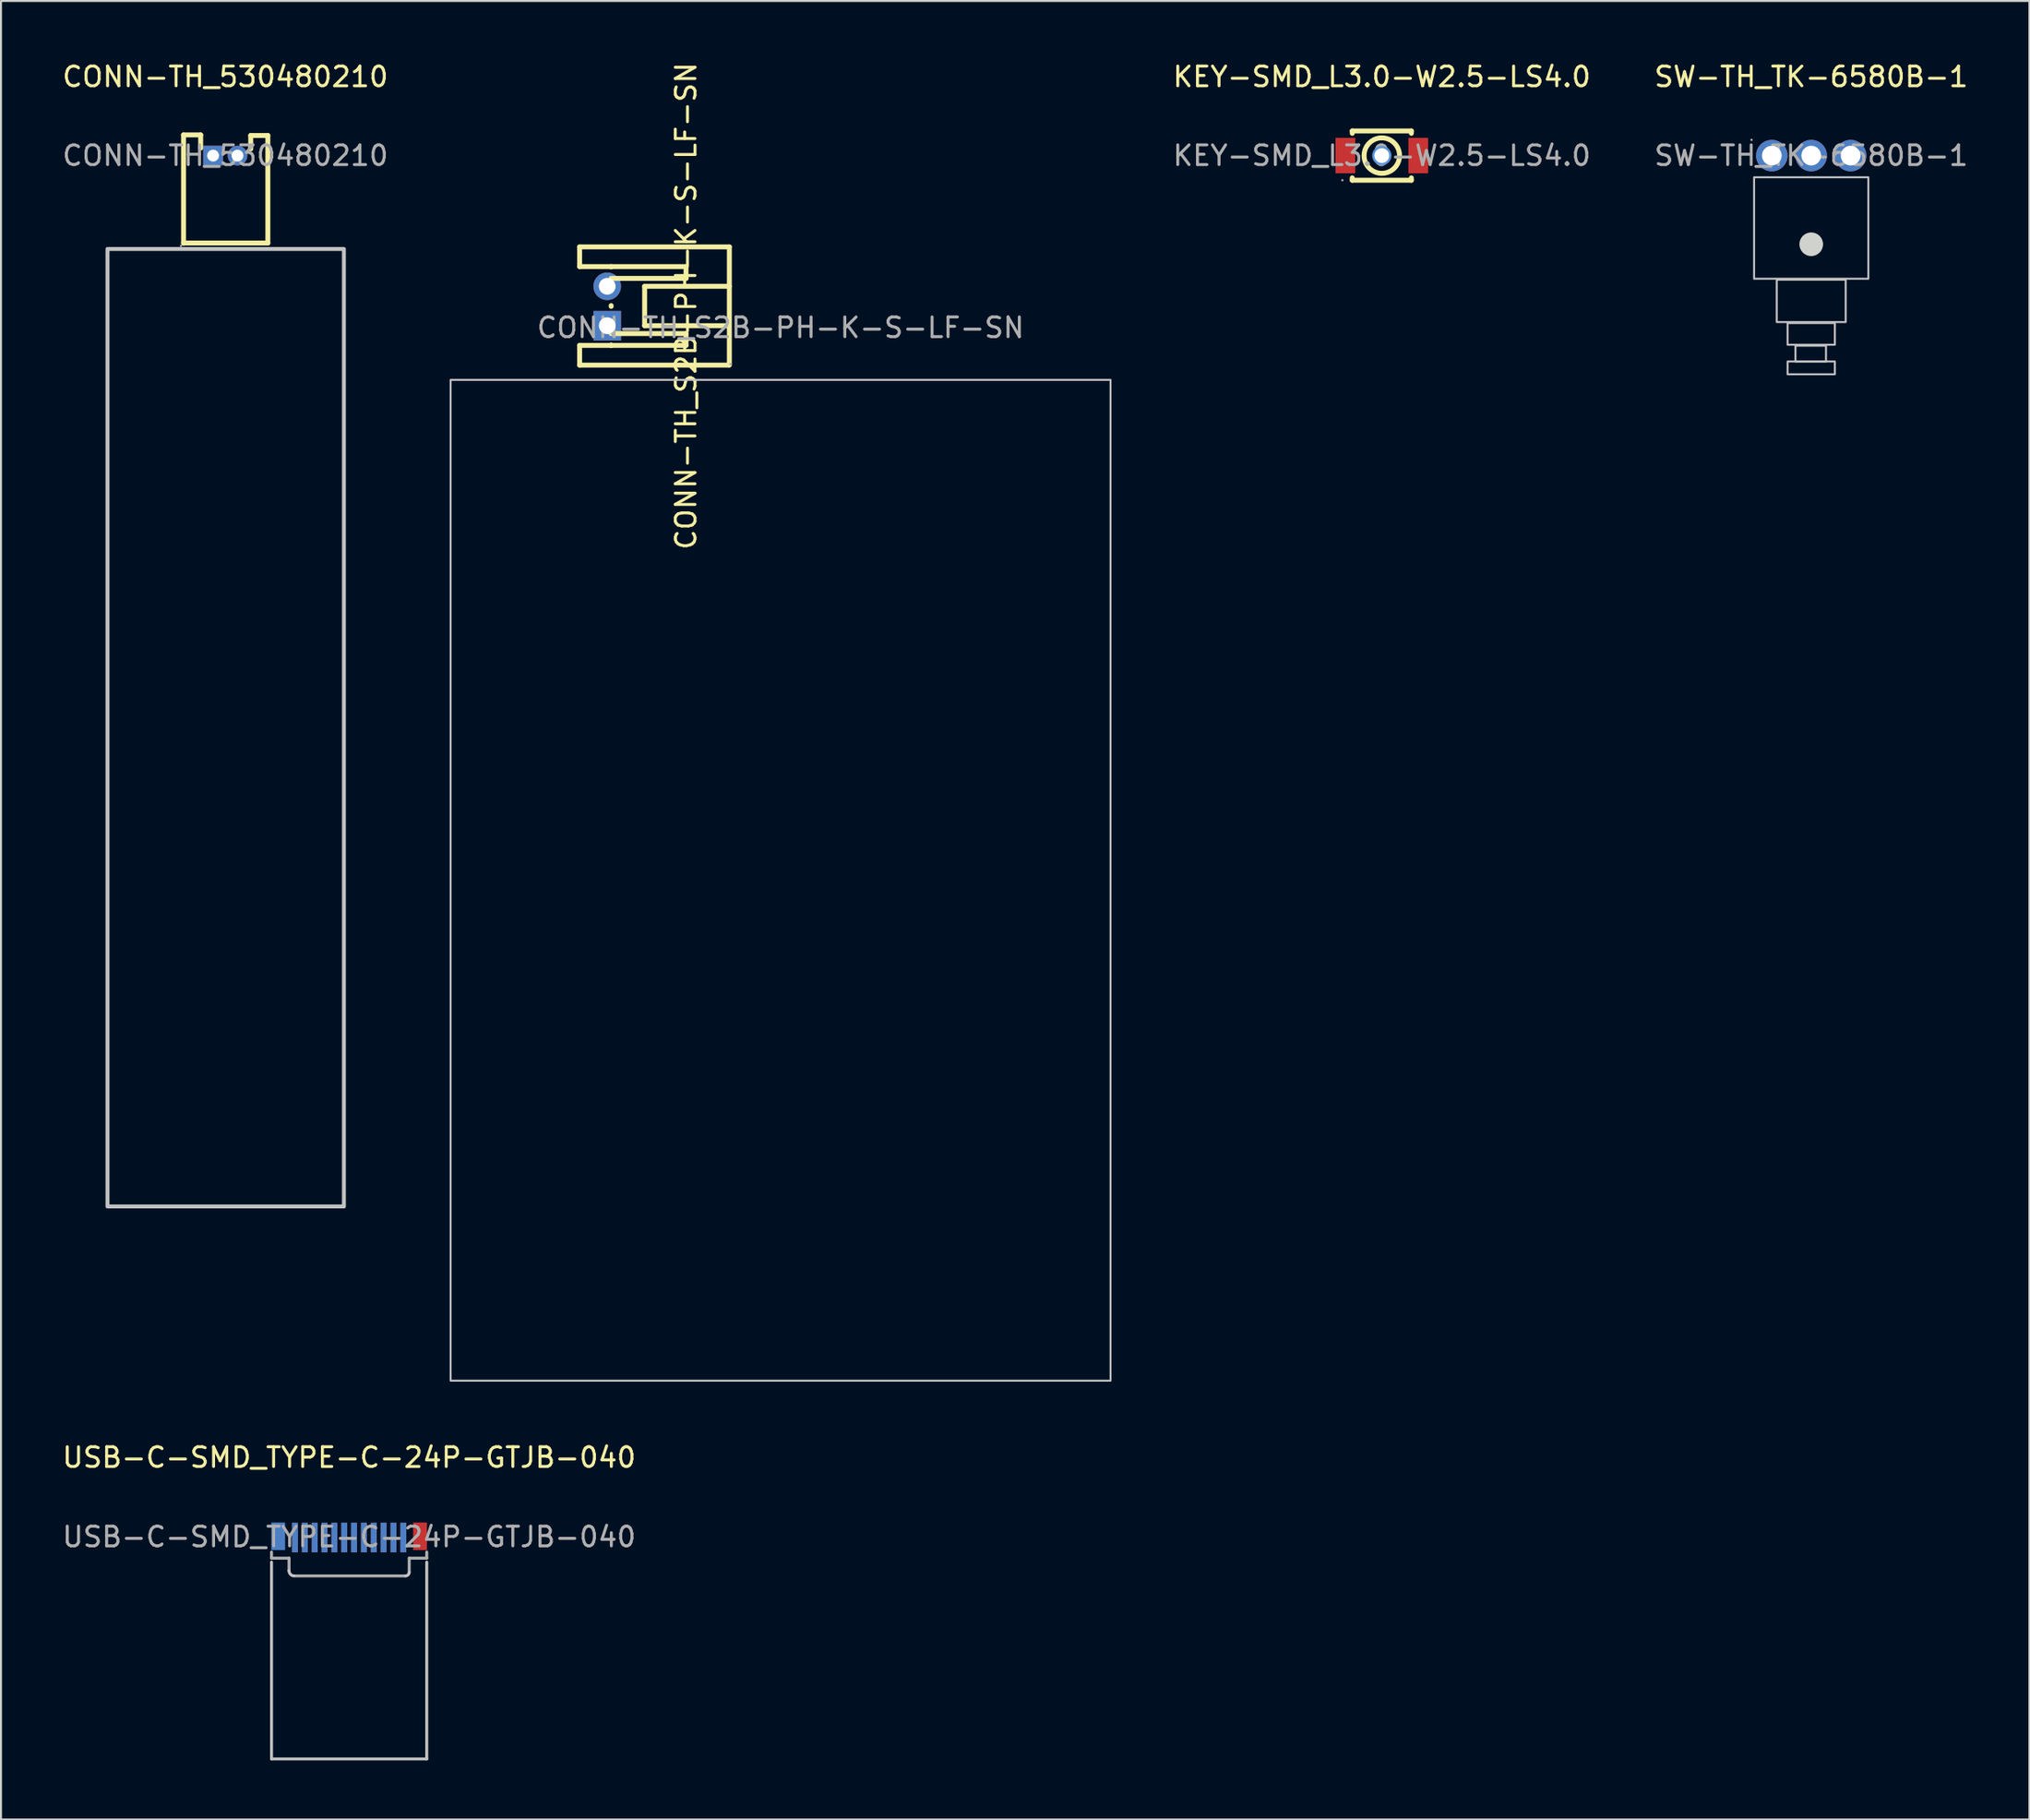
<source format=kicad_pcb>
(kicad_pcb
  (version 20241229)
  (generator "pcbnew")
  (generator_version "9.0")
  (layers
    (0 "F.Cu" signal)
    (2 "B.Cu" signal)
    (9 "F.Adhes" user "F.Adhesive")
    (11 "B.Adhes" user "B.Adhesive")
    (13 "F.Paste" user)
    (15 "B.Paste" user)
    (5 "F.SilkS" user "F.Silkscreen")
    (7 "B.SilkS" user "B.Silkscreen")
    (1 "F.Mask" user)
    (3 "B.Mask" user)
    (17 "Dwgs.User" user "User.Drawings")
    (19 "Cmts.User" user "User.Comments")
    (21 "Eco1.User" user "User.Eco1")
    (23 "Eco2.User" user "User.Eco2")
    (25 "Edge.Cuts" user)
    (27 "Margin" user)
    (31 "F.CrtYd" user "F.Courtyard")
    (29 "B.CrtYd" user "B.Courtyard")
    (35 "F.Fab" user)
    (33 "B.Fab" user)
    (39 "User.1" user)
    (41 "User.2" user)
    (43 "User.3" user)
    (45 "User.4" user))
  (footprint "USB-C-SMD_TYPE-C-24P-GTJB-040"
    (layer "F.Cu")
    (at 14.673 74.96)
    (property "Reference" "USB-C-SMD_TYPE-C-24P-GTJB-040" (at 0 -4.03 0) (layer "F.SilkS") (effects (font (size 1 1) (thickness 0.15))))
    (attr through_hole)
    (fp_line (start -3.94 1.28) (end -3.94 11.27) (stroke (width 0.15) (type solid)) (layer "Dwgs.User"))
    (fp_line (start -3.94 11.27) (end 3.94 11.27) (stroke (width 0.15) (type solid)) (layer "Dwgs.User"))
    (fp_line (start 3.94 1.28) (end 3.94 11.27) (stroke (width 0.15) (type solid)) (layer "Dwgs.User"))
    (fp_arc (start -2.79 1.98) (mid -2.973847 1.903848) (end -3.05 1.72) (stroke (width 0.15) (type solid)) (layer "Dwgs.User"))
    (fp_arc (start 3.05 1.79) (mid 2.994351 1.924351) (end 2.86 1.98) (stroke (width 0.15) (type solid)) (layer "Dwgs.User"))
    (fp_line (start -3.94 1.08) (end -3.94 0.77) (stroke (width 0.15) (type solid)) (layer "F.Fab"))
    (fp_line (start -3.05 1.08) (end -3.94 1.08) (stroke (width 0.15) (type solid)) (layer "F.Fab"))
    (fp_line (start -3.05 1.08) (end -3.05 1.71) (stroke (width 0.15) (type solid)) (layer "F.Fab"))
    (fp_line (start -3.05 1.71) (end -3.05 1.72) (stroke (width 0.15) (type solid)) (layer "F.Fab"))
    (fp_line (start -2.74 1.98) (end 2.86 1.98) (stroke (width 0.15) (type solid)) (layer "F.Fab"))
    (fp_line (start 3.05 1.08) (end 3.94 1.08) (stroke (width 0.15) (type solid)) (layer "F.Fab"))
    (fp_line (start 3.05 1.79) (end 3.05 1.08) (stroke (width 0.15) (type solid)) (layer "F.Fab"))
    (fp_line (start 3.94 1.08) (end 3.94 0.77) (stroke (width 0.15) (type solid)) (layer "F.Fab"))
    (fp_text user "${REFERENCE}" (at 0 0 0) (layer "F.Fab") (effects (font (size 1 1) (thickness 0.15))))
    (pad "" smd rect (at -0.25 0.03) (size 0.3 1.5) (layers "B.Cu" "B.Mask" "B.Paste"))
    (pad "" smd rect (at 0.25 0.03) (size 0.3 1.5) (layers "B.Cu" "B.Mask" "B.Paste"))
    (pad "A1" smd rect (at -2.75 0.03) (size 0.3 1.5) (layers "F.Cu" "F.Mask" "F.Paste"))
    (pad "A1" smd rect (at -2.75 0.03) (size 0.3 1.5) (layers "B.Cu" "B.Mask" "B.Paste"))
    (pad "A1" smd rect (at 2.75 0.03) (size 0.3 1.5) (layers "F.Cu" "F.Mask" "F.Paste"))
    (pad "A1" smd rect (at 2.75 0.03) (size 0.3 1.5) (layers "B.Cu" "B.Mask" "B.Paste"))
    (pad "A2" smd rect (at 2.25 0.03) (size 0.3 1.5) (layers "F.Cu" "F.Mask" "F.Paste"))
    (pad "A3" smd rect (at 1.75 0.03) (size 0.3 1.5) (layers "F.Cu" "F.Mask" "F.Paste"))
    (pad "A4" smd rect (at 1.25 0.03) (size 0.3 1.5) (layers "F.Cu" "F.Mask" "F.Paste"))
    (pad "A5" smd rect (at 0.75 0.03) (size 0.3 1.5) (layers "F.Cu" "F.Mask" "F.Paste"))
    (pad "A6" smd rect (at 0.25 0.03) (size 0.3 1.5) (layers "F.Cu" "F.Mask" "F.Paste"))
    (pad "A7" smd rect (at -0.25 0.03) (size 0.3 1.5) (layers "F.Cu" "F.Mask" "F.Paste"))
    (pad "A8" smd rect (at -0.75 0.03) (size 0.3 1.5) (layers "F.Cu" "F.Mask" "F.Paste"))
    (pad "A9" smd rect (at -1.25 0.03) (size 0.3 1.5) (layers "F.Cu" "F.Mask" "F.Paste"))
    (pad "A10" smd rect (at -1.75 0.03) (size 0.3 1.5) (layers "F.Cu" "F.Mask" "F.Paste"))
    (pad "A11" smd rect (at -2.25 0.03) (size 0.3 1.5) (layers "F.Cu" "F.Mask" "F.Paste"))
    (pad "B2" smd rect (at -2.25 0.03) (size 0.3 1.5) (layers "B.Cu" "B.Mask" "B.Paste"))
    (pad "B3" smd rect (at -1.75 0.03) (size 0.3 1.5) (layers "B.Cu" "B.Mask" "B.Paste"))
    (pad "B4" smd rect (at -1.25 0.03) (size 0.3 1.5) (layers "B.Cu" "B.Mask" "B.Paste"))
    (pad "B5" smd rect (at -0.75 0.03) (size 0.3 1.5) (layers "B.Cu" "B.Mask" "B.Paste"))
    (pad "B8" smd rect (at 0.75 0.03) (size 0.3 1.5) (layers "B.Cu" "B.Mask" "B.Paste"))
    (pad "B9" smd rect (at 1.25 0.03) (size 0.3 1.5) (layers "B.Cu" "B.Mask" "B.Paste"))
    (pad "B10" smd rect (at 1.75 0.03) (size 0.3 1.5) (layers "B.Cu" "B.Mask" "B.Paste"))
    (pad "B11" smd rect (at 2.25 0.03) (size 0.3 1.5) (layers "B.Cu" "B.Mask" "B.Paste"))
    (pad "S1" smd rect (at -3.6 -0.03) (size 0.7 1.4) (layers "B.Cu" "B.Mask" "B.Paste"))
    (pad "S1" smd rect (at 3.6 -0.03) (size 0.7 1.4) (layers "F.Cu" "F.Mask" "F.Paste")))
  (footprint "KEY-SMD_L3.0-W2.5-LS4.0"
    (layer "F.Cu")
    (at 67.094 4.848)
    (property "Reference" "KEY-SMD_L3.0-W2.5-LS4.0" (at 0 -4 0) (layer "F.SilkS") (effects (font (size 1 1) (thickness 0.15))))
    (attr through_hole)
    (fp_line (start -1.5 -1.25) (end -1.5 -1.13) (stroke (width 0.25) (type solid)) (layer "F.SilkS"))
    (fp_line (start -1.5 -1.25) (end 1.5 -1.25) (stroke (width 0.25) (type solid)) (layer "F.SilkS"))
    (fp_line (start -1.5 1.13) (end -1.5 1.25) (stroke (width 0.25) (type solid)) (layer "F.SilkS"))
    (fp_line (start 1.5 -1.25) (end 1.5 -1.13) (stroke (width 0.25) (type solid)) (layer "F.SilkS"))
    (fp_line (start 1.5 1.13) (end 1.5 1.25) (stroke (width 0.25) (type solid)) (layer "F.SilkS"))
    (fp_line (start 1.5 1.25) (end -1.5 1.25) (stroke (width 0.25) (type solid)) (layer "F.SilkS"))
    (fp_circle (center 0 0) (end 0.9 0) (stroke (width 0.25) (type solid)) (fill no) (layer "F.SilkS"))
    (fp_circle (center 0 0) (end 0.16 0) (stroke (width 0.33) (type solid)) (fill no) (layer "Cmts.User"))
    (fp_circle (center -2 1.25) (end -1.97 1.25) (stroke (width 0.06) (type solid)) (fill no) (layer "F.Fab"))
    (fp_text user "${REFERENCE}" (at 0 0 0) (layer "F.Fab") (effects (font (size 1 1) (thickness 0.15))))
    (pad "" thru_hole circle (at 0 0) (size 0.75 0.75) (drill 0.75) (layers "*.Cu" "*.Mask"))
    (pad "1" smd rect (at -1.85 0 90) (size 1.8 1) (layers "F.Cu" "F.Mask" "F.Paste"))
    (pad "2" smd rect (at 1.85 0 90) (size 1.8 1) (layers "F.Cu" "F.Mask" "F.Paste")))
  (footprint "SW-TH_TK-6580B-1"
    (layer "F.Cu")
    (at 88.892 4.848)
    (property "Reference" "SW-TH_TK-6580B-1" (at 0 -4 0) (layer "F.SilkS") (effects (font (size 1 1) (thickness 0.15))))
    (attr through_hole)
    (fp_rect (start -2.9 1.1) (end 2.9 6.25) (stroke (width 0.1) (type default)) (fill no) (layer "Dwgs.User"))
    (fp_rect (start -1.75 6.3) (end 1.75 8.45) (stroke (width 0.1) (type default)) (fill no) (layer "Dwgs.User"))
    (fp_rect (start -1.2 8.5) (end 1.2 9.6) (stroke (width 0.1) (type default)) (fill no) (layer "Dwgs.User"))
    (fp_rect (start -1.2 10.45) (end 1.2 11.1) (stroke (width 0.1) (type default)) (fill no) (layer "Dwgs.User"))
    (fp_rect (start -0.8 9.65) (end 0.75 10.45) (stroke (width 0.1) (type default)) (fill no) (layer "Dwgs.User"))
    (fp_circle (center 0 4.5) (end 0.6 4.5) (stroke (width 0) (type solid)) (fill yes) (layer "Edge.Cuts"))
    (fp_circle (center -3.03 -0.8) (end -3 -0.8) (stroke (width 0.06) (type solid)) (fill no) (layer "F.Fab"))
    (fp_circle (center -2 0) (end -1.8 0) (stroke (width 0.4) (type solid)) (fill no) (layer "F.Fab"))
    (fp_circle (center 0 0) (end 0.2 0) (stroke (width 0.4) (type solid)) (fill no) (layer "F.Fab"))
    (fp_circle (center 0 4.5) (end 0.25 4.5) (stroke (width 0.5) (type solid)) (fill no) (layer "F.Fab"))
    (fp_circle (center 2 0) (end 2.2 0) (stroke (width 0.4) (type solid)) (fill no) (layer "F.Fab"))
    (fp_text user "${REFERENCE}" (at 0 0 0) (layer "F.Fab") (effects (font (size 1 1) (thickness 0.15))))
    (pad "1" thru_hole circle (at -2 0 180) (size 1.6 1.6) (drill 1) (layers "*.Cu" "*.Mask"))
    (pad "2" thru_hole circle (at 0 0 180) (size 1.6 1.6) (drill 1) (layers "*.Cu" "*.Mask"))
    (pad "3" thru_hole circle (at 2 0 180) (size 1.6 1.6) (drill 1) (layers "*.Cu" "*.Mask")))
  (footprint "CONN-TH_S2B-PH-K-S-LF-SN"
    (layer "F.Cu")
    (at 36.574 13.582)
    (property "Reference" "CONN-TH_S2B-PH-K-S-LF-SN" (at -4.8 -1.1 270) (layer "F.SilkS") (effects (font (size 1 1) (thickness 0.15))))
    (attr through_hole)
    (fp_line (start -10.2 -4.1) (end -10.2 -3.1) (stroke (width 0.25) (type solid)) (layer "F.SilkS"))
    (fp_line (start -10.2 -3.1) (end -8.6 -3.1) (stroke (width 0.25) (type solid)) (layer "F.SilkS"))
    (fp_line (start -10.2 0.9) (end -8.6 0.9) (stroke (width 0.25) (type solid)) (layer "F.SilkS"))
    (fp_line (start -10.2 1.9) (end -10.2 0.9) (stroke (width 0.25) (type solid)) (layer "F.SilkS"))
    (fp_line (start -10.2 1.9) (end -2.64 1.9) (stroke (width 0.25) (type solid)) (layer "F.SilkS"))
    (fp_line (start -8.6 -3.1) (end -8.6 -3.08) (stroke (width 0.25) (type solid)) (layer "F.SilkS"))
    (fp_line (start -8.6 -3.1) (end -4.8 -3.1) (stroke (width 0.25) (type solid)) (layer "F.SilkS"))
    (fp_line (start -8.6 -1.12) (end -8.6 -1.08) (stroke (width 0.25) (type solid)) (layer "F.SilkS"))
    (fp_line (start -8.6 0.3) (end -4.8 0.3) (stroke (width 0.25) (type solid)) (layer "F.SilkS"))
    (fp_line (start -8.6 0.88) (end -8.6 0.9) (stroke (width 0.25) (type solid)) (layer "F.SilkS"))
    (fp_line (start -6.9 -2.1) (end -6.9 -0.1) (stroke (width 0.25) (type solid)) (layer "F.SilkS"))
    (fp_line (start -6.9 -0.1) (end -2.7 -0.1) (stroke (width 0.25) (type solid)) (layer "F.SilkS"))
    (fp_line (start -4.8 -3.1) (end -4.8 -2.5) (stroke (width 0.25) (type solid)) (layer "F.SilkS"))
    (fp_line (start -4.8 -2.5) (end -8.6 -2.5) (stroke (width 0.25) (type solid)) (layer "F.SilkS"))
    (fp_line (start -4.8 0.3) (end -4.8 0.9) (stroke (width 0.25) (type solid)) (layer "F.SilkS"))
    (fp_line (start -4.8 0.9) (end -8.6 0.9) (stroke (width 0.25) (type solid)) (layer "F.SilkS"))
    (fp_line (start -2.6 -4.1) (end -10.2 -4.1) (stroke (width 0.25) (type solid)) (layer "F.SilkS"))
    (fp_line (start -2.6 -4.1) (end -2.6 1.9) (stroke (width 0.25) (type solid)) (layer "F.SilkS"))
    (fp_line (start -2.6 -2.1) (end -6.9 -2.1) (stroke (width 0.25) (type solid)) (layer "F.SilkS"))
    (fp_rect (start -16.75 53.45) (end 16.75 2.65) (stroke (width 0.1) (type default)) (fill no) (layer "Dwgs.User"))
    (fp_circle (center -2.55 1.85) (end -2.55 1.88) (stroke (width 0.06) (type solid)) (fill no) (layer "F.Fab"))
    (fp_text user "${REFERENCE}" (at 0 0 0) (layer "F.Fab") (effects (font (size 1 1) (thickness 0.15))))
    (pad "1" thru_hole rect (at -8.8 -0.1 270) (size 1.5 1.4) (drill 0.85) (layers "*.Cu" "*.Mask"))
    (pad "2" thru_hole circle (at -8.8 -2.1 270) (size 1.4 1.4) (drill 0.85) (layers "*.Cu" "*.Mask")))
  (footprint "CONN-TH_530480210"
    (layer "F.Cu")
    (at 8.387 4.848)
    (property "Reference" "CONN-TH_530480210" (at 0 -4 0) (layer "F.SilkS") (effects (font (size 1 1) (thickness 0.15))))
    (attr through_hole)
    (fp_line (start -2.12 -1.05) (end -2.12 4.45) (stroke (width 0.25) (type solid)) (layer "F.SilkS"))
    (fp_line (start -2.12 -1.05) (end -1.25 -1.05) (stroke (width 0.25) (type solid)) (layer "F.SilkS"))
    (fp_line (start -1.25 -1.05) (end -1.25 -0.38) (stroke (width 0.25) (type solid)) (layer "F.SilkS"))
    (fp_line (start 1.29 -1.02) (end 1.29 -0.34) (stroke (width 0.25) (type solid)) (layer "F.SilkS"))
    (fp_line (start 2.16 -1.02) (end 1.29 -1.02) (stroke (width 0.25) (type solid)) (layer "F.SilkS"))
    (fp_line (start 2.16 -1.02) (end 2.16 4.44) (stroke (width 0.25) (type solid)) (layer "F.SilkS"))
    (fp_line (start 2.16 4.44) (end -2.12 4.44) (stroke (width 0.25) (type solid)) (layer "F.SilkS"))
    (fp_rect (start -5.98 4.74) (end 6.02 53.34) (stroke (width 0.2) (type default)) (fill no) (layer "Dwgs.User"))
    (fp_circle (center -2.25 4.58) (end -2.22 4.58) (stroke (width 0.06) (type solid)) (fill no) (layer "F.Fab"))
    (fp_circle (center -0.62 0) (end -0.52 0) (stroke (width 0.2) (type solid)) (fill no) (layer "F.Fab"))
    (fp_circle (center 0.62 0) (end 0.72 0) (stroke (width 0.2) (type solid)) (fill no) (layer "F.Fab"))
    (fp_text user "${REFERENCE}" (at 0 0 0) (layer "F.Fab") (effects (font (size 1 1) (thickness 0.15))))
    (pad "1" thru_hole rect (at -0.62 0) (size 1 1) (drill 0.6) (layers "*.Cu" "*.Mask"))
    (pad "2" thru_hole circle (at 0.62 0) (size 1 1) (drill 0.6) (layers "*.Cu" "*.Mask")))
  (gr_rect
    (start -3 -3)
    (end 99.969 89.305)
    (stroke (width 0.1) (type default))
    (fill no)
    (layer "Edge.Cuts")))
</source>
